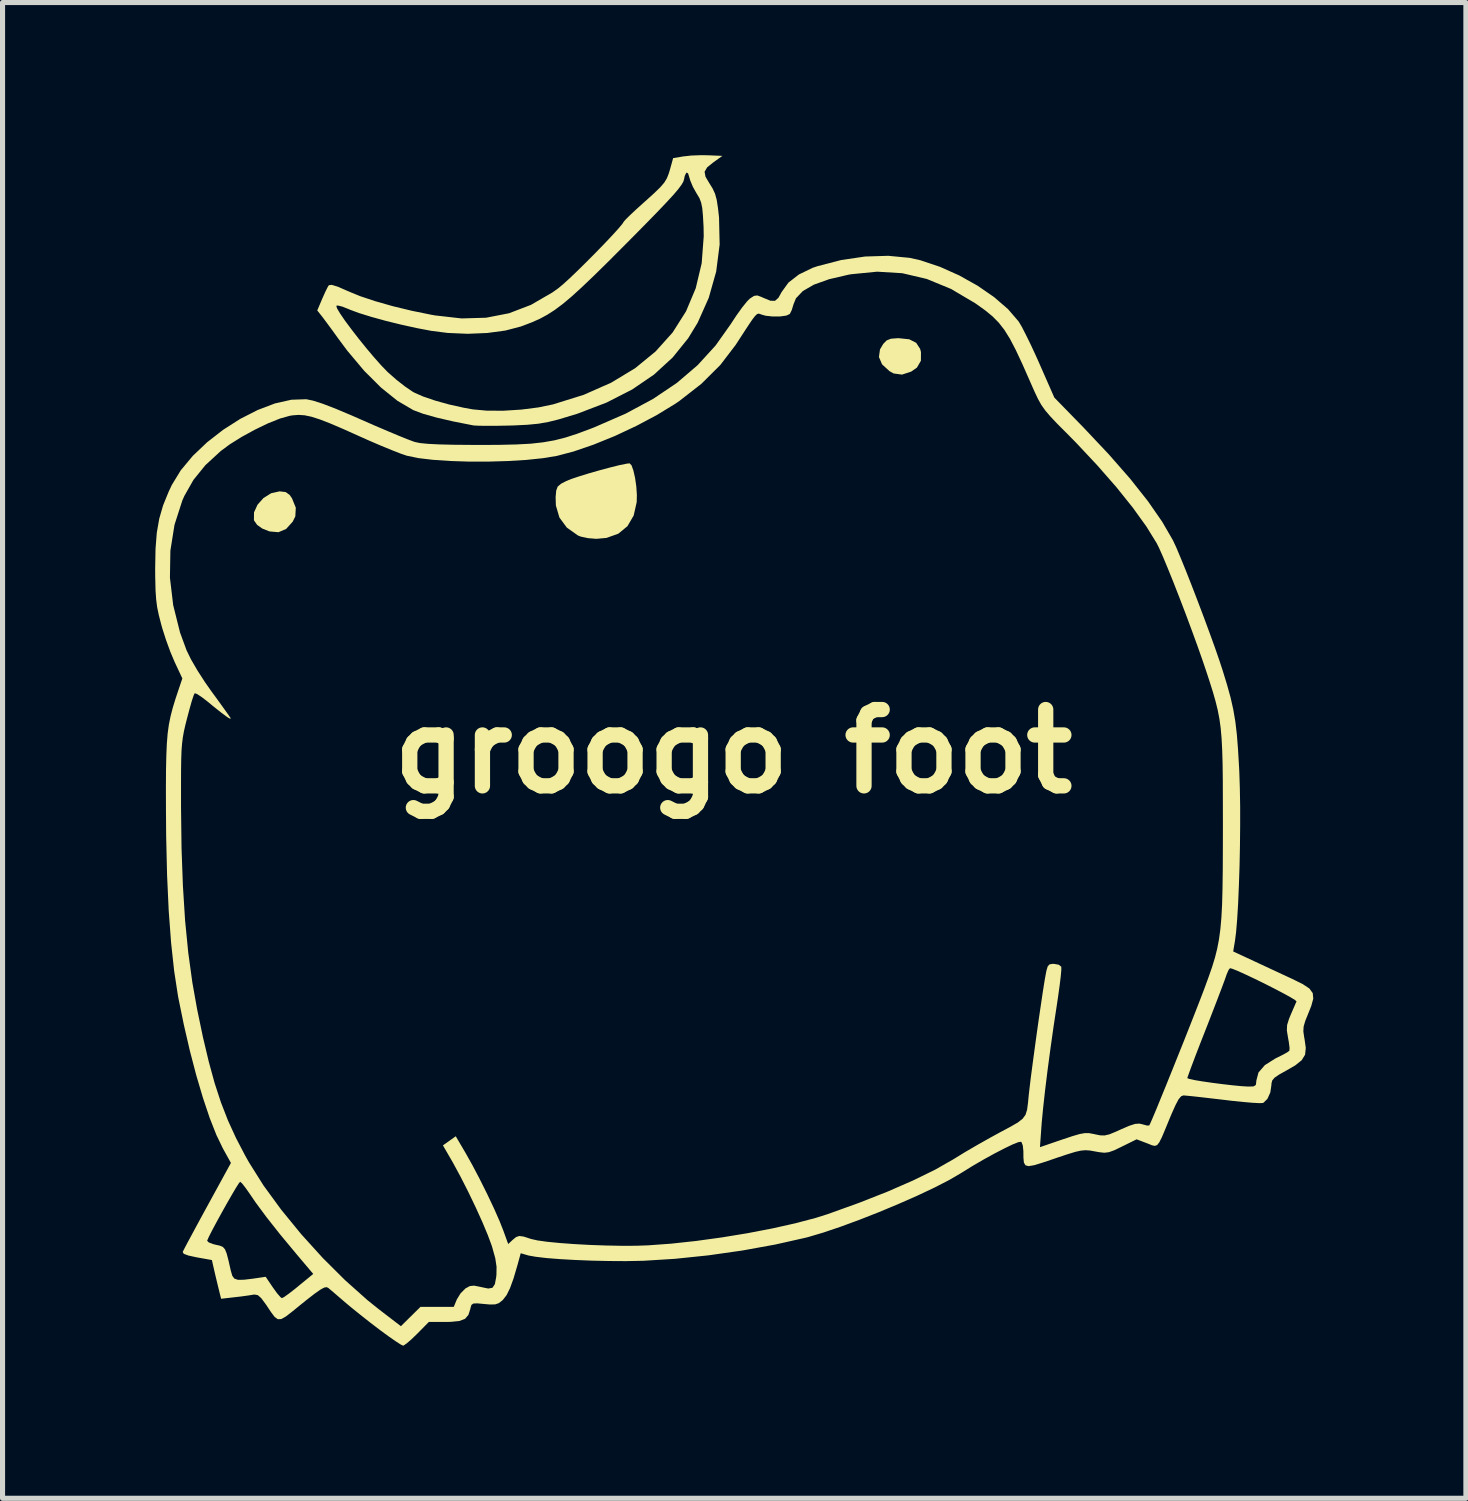
<source format=kicad_pcb>
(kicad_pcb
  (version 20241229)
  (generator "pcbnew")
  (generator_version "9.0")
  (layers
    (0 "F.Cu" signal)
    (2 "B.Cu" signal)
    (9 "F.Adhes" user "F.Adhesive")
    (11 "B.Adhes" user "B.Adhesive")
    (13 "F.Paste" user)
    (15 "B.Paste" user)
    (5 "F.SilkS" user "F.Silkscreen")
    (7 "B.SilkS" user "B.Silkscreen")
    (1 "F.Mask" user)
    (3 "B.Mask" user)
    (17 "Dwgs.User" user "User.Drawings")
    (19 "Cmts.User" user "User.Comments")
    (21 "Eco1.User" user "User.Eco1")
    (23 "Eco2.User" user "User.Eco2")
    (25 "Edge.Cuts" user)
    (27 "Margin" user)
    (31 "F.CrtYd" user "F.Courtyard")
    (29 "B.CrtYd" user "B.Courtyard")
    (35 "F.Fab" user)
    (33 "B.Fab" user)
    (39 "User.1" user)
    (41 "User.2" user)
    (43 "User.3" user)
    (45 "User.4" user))
  (footprint "groogo foot"
    (layer "F.Cu")
    (at 11.361 11.718)
    (property "Reference" "groogo foot" (at 0 0 0) (layer "F.SilkS") (effects (font (size 1.5 1.5) (thickness 0.3))))
    (attr board_only exclude_from_pos_files exclude_from_bom)
    (fp_poly (pts (xy 3.461 -8.099) (xy 3.597 -8.03) (xy 3.675 -7.91) (xy 3.691 -7.848) (xy 3.69 -7.677) (xy 3.612 -7.543) (xy 3.499 -7.464) (xy 3.319 -7.405) (xy 3.155 -7.427) (xy 3.073 -7.472) (xy 2.927 -7.606) (xy 2.865 -7.75) (xy 2.886 -7.901) (xy 2.95 -8.009) (xy 3.017 -8.077) (xy 3.099 -8.11) (xy 3.228 -8.12) (xy 3.259 -8.12)) (stroke (width 0) (type solid)) (fill yes) (layer "F.SilkS"))
    (fp_poly (pts (xy -8.795 -5.096) (xy -8.718 -5.04) (xy -8.671 -4.972) (xy -8.597 -4.789) (xy -8.606 -4.619) (xy -8.657 -4.515) (xy -8.787 -4.371) (xy -8.938 -4.307) (xy -9.115 -4.323) (xy -9.256 -4.379) (xy -9.357 -4.451) (xy -9.417 -4.537) (xy -9.42 -4.546) (xy -9.418 -4.698) (xy -9.349 -4.848) (xy -9.232 -4.979) (xy -9.082 -5.073) (xy -8.916 -5.11) (xy -8.911 -5.11)) (stroke (width 0) (type solid)) (fill yes) (layer "F.SilkS"))
    (fp_poly (pts (xy -1.998 -5.622) (xy -1.961 -5.519) (xy -1.928 -5.374) (xy -1.904 -5.207) (xy -1.893 -5.04) (xy -1.896 -4.9) (xy -1.956 -4.634) (xy -2.078 -4.426) (xy -2.257 -4.278) (xy -2.49 -4.195) (xy -2.689 -4.177) (xy -2.851 -4.19) (xy -2.997 -4.221) (xy -3.053 -4.244) (xy -3.27 -4.398) (xy -3.415 -4.595) (xy -3.485 -4.832) (xy -3.49 -4.996) (xy -3.478 -5.127) (xy -3.449 -5.204) (xy -3.383 -5.26) (xy -3.283 -5.312) (xy -3.18 -5.354) (xy -3.021 -5.407) (xy -2.826 -5.467) (xy -2.615 -5.527) (xy -2.409 -5.582) (xy -2.229 -5.627) (xy -2.094 -5.654) (xy -2.036 -5.661)) (stroke (width 0) (type solid)) (fill yes) (layer "F.SilkS"))
    (fp_poly (pts (xy -0.493 -11.716) (xy -0.212 -11.704) (xy -0.391 -11.576) (xy -0.512 -11.478) (xy -0.562 -11.392) (xy -0.544 -11.294) (xy -0.472 -11.173) (xy -0.404 -11.063) (xy -0.356 -10.959) (xy -0.323 -10.837) (xy -0.298 -10.674) (xy -0.278 -10.495) (xy -0.266 -9.962) (xy -0.334 -9.43) (xy -0.48 -8.914) (xy -0.698 -8.425) (xy -0.884 -8.12) (xy -1.189 -7.742) (xy -1.555 -7.406) (xy -1.986 -7.112) (xy -2.487 -6.856) (xy -3.059 -6.637) (xy -3.435 -6.523) (xy -3.633 -6.474) (xy -3.826 -6.44) (xy -4.043 -6.419) (xy -4.308 -6.406) (xy -4.41 -6.403) (xy -4.635 -6.399) (xy -4.837 -6.398) (xy -4.997 -6.4) (xy -5.096 -6.405) (xy -5.11 -6.407) (xy -5.505 -6.485) (xy -5.837 -6.562) (xy -6.098 -6.636) (xy -6.282 -6.705) (xy -6.289 -6.708) (xy -6.599 -6.89) (xy -6.922 -7.15) (xy -7.253 -7.48) (xy -7.585 -7.875) (xy -7.765 -8.117) (xy -7.878 -8.274) (xy -7.984 -8.418) (xy -8.064 -8.525) (xy -8.085 -8.552) (xy -8.175 -8.666) (xy -8.136 -8.758) (xy -7.801 -8.758) (xy -7.787 -8.708) (xy -7.727 -8.607) (xy -7.63 -8.465) (xy -7.505 -8.297) (xy -7.362 -8.112) (xy -7.211 -7.925) (xy -7.06 -7.746) (xy -6.92 -7.588) (xy -6.799 -7.463) (xy -6.772 -7.438) (xy -6.615 -7.3) (xy -6.451 -7.172) (xy -6.309 -7.075) (xy -6.27 -7.052) (xy -6.096 -6.975) (xy -5.861 -6.895) (xy -5.589 -6.819) (xy -5.302 -6.755) (xy -5.116 -6.721) (xy -4.84 -6.696) (xy -4.514 -6.695) (xy -4.166 -6.717) (xy -3.828 -6.76) (xy -3.539 -6.82) (xy -2.937 -7.008) (xy -2.4 -7.245) (xy -1.928 -7.53) (xy -1.525 -7.86) (xy -1.19 -8.233) (xy -0.927 -8.648) (xy -0.736 -9.102) (xy -0.619 -9.594) (xy -0.579 -10.122) (xy -0.582 -10.31) (xy -0.594 -10.527) (xy -0.608 -10.679) (xy -0.63 -10.787) (xy -0.663 -10.873) (xy -0.713 -10.957) (xy -0.717 -10.962) (xy -0.791 -11.094) (xy -0.844 -11.221) (xy -0.855 -11.259) (xy -0.886 -11.36) (xy -0.92 -11.376) (xy -0.952 -11.31) (xy -0.966 -11.242) (xy -0.981 -11.195) (xy -1.017 -11.134) (xy -1.078 -11.052) (xy -1.17 -10.943) (xy -1.299 -10.803) (xy -1.469 -10.624) (xy -1.686 -10.401) (xy -1.956 -10.127) (xy -2.127 -9.955) (xy -2.456 -9.625) (xy -2.735 -9.351) (xy -2.972 -9.125) (xy -3.174 -8.941) (xy -3.35 -8.793) (xy -3.508 -8.675) (xy -3.656 -8.58) (xy -3.803 -8.501) (xy -3.956 -8.433) (xy -4.123 -8.369) (xy -4.178 -8.349) (xy -4.477 -8.271) (xy -4.832 -8.223) (xy -5.218 -8.207) (xy -5.613 -8.224) (xy -5.934 -8.265) (xy -6.223 -8.32) (xy -6.53 -8.388) (xy -6.835 -8.463) (xy -7.117 -8.541) (xy -7.358 -8.616) (xy -7.538 -8.683) (xy -7.558 -8.692) (xy -7.681 -8.741) (xy -7.77 -8.763) (xy -7.801 -8.758) (xy -8.136 -8.758) (xy -8.079 -8.892) (xy -8.021 -9.023) (xy -7.971 -9.124) (xy -7.947 -9.162) (xy -7.89 -9.169) (xy -7.766 -9.131) (xy -7.579 -9.048) (xy -7.342 -8.95) (xy -7.039 -8.849) (xy -6.691 -8.75) (xy -6.315 -8.659) (xy -5.932 -8.581) (xy -5.857 -8.568) (xy -5.338 -8.509) (xy -4.857 -8.523) (xy -4.405 -8.611) (xy -3.974 -8.776) (xy -3.555 -9.019) (xy -3.435 -9.104) (xy -3.343 -9.181) (xy -3.212 -9.3) (xy -3.055 -9.45) (xy -2.882 -9.621) (xy -2.704 -9.8) (xy -2.534 -9.975) (xy -2.382 -10.136) (xy -2.259 -10.271) (xy -2.177 -10.369) (xy -2.149 -10.413) (xy -2.113 -10.454) (xy -2.026 -10.54) (xy -1.9 -10.658) (xy -1.748 -10.795) (xy -1.724 -10.816) (xy -1.553 -10.971) (xy -1.434 -11.086) (xy -1.355 -11.178) (xy -1.303 -11.263) (xy -1.267 -11.355) (xy -1.247 -11.42) (xy -1.18 -11.66) (xy -0.977 -11.694) (xy -0.821 -11.711) (xy -0.63 -11.718)) (stroke (width 0) (type solid)) (fill yes) (layer "F.SilkS"))
    (fp_poly (pts (xy 3.467 -9.7) (xy 3.681 -9.652) (xy 4.066 -9.523) (xy 4.446 -9.353) (xy 4.806 -9.151) (xy 5.13 -8.927) (xy 5.402 -8.692) (xy 5.606 -8.455) (xy 5.616 -8.441) (xy 5.674 -8.343) (xy 5.755 -8.185) (xy 5.853 -7.985) (xy 5.958 -7.758) (xy 6.023 -7.612) (xy 6.312 -6.954) (xy 6.89 -6.361) (xy 7.383 -5.838) (xy 7.804 -5.357) (xy 8.153 -4.916) (xy 8.433 -4.512) (xy 8.645 -4.146) (xy 8.648 -4.139) (xy 8.71 -4.006) (xy 8.794 -3.806) (xy 8.896 -3.556) (xy 9.009 -3.269) (xy 9.128 -2.96) (xy 9.248 -2.643) (xy 9.363 -2.332) (xy 9.468 -2.042) (xy 9.556 -1.788) (xy 9.621 -1.59) (xy 9.709 -1.303) (xy 9.778 -1.053) (xy 9.83 -0.821) (xy 9.87 -0.587) (xy 9.9 -0.333) (xy 9.923 -0.038) (xy 9.944 0.318) (xy 9.949 0.424) (xy 9.959 0.732) (xy 9.965 1.084) (xy 9.965 1.464) (xy 9.961 1.86) (xy 9.953 2.256) (xy 9.94 2.638) (xy 9.925 2.991) (xy 9.906 3.302) (xy 9.885 3.556) (xy 9.863 3.726) (xy 9.828 3.933) (xy 10.236 4.123) (xy 10.457 4.226) (xy 10.698 4.338) (xy 10.919 4.441) (xy 10.993 4.475) (xy 11.195 4.575) (xy 11.326 4.662) (xy 11.392 4.753) (xy 11.402 4.862) (xy 11.362 5.007) (xy 11.31 5.137) (xy 11.246 5.295) (xy 11.213 5.407) (xy 11.207 5.504) (xy 11.223 5.617) (xy 11.23 5.652) (xy 11.255 5.829) (xy 11.241 5.963) (xy 11.175 6.071) (xy 11.049 6.172) (xy 10.887 6.266) (xy 10.733 6.352) (xy 10.641 6.415) (xy 10.595 6.47) (xy 10.58 6.531) (xy 10.58 6.553) (xy 10.558 6.704) (xy 10.501 6.831) (xy 10.423 6.907) (xy 10.409 6.912) (xy 10.344 6.915) (xy 10.211 6.908) (xy 10.025 6.892) (xy 9.802 6.869) (xy 9.634 6.849) (xy 9.394 6.821) (xy 9.179 6.796) (xy 9.005 6.777) (xy 8.888 6.766) (xy 8.85 6.763) (xy 8.805 6.78) (xy 8.755 6.839) (xy 8.695 6.952) (xy 8.616 7.129) (xy 8.587 7.198) (xy 8.494 7.424) (xy 8.427 7.583) (xy 8.376 7.685) (xy 8.333 7.739) (xy 8.289 7.755) (xy 8.234 7.744) (xy 8.161 7.714) (xy 8.13 7.702) (xy 7.93 7.626) (xy 7.642 7.768) (xy 7.491 7.841) (xy 7.385 7.879) (xy 7.295 7.89) (xy 7.188 7.878) (xy 7.112 7.864) (xy 7.011 7.846) (xy 6.925 7.84) (xy 6.835 7.848) (xy 6.723 7.873) (xy 6.57 7.92) (xy 6.359 7.99) (xy 6.311 8.007) (xy 6.079 8.085) (xy 5.915 8.135) (xy 5.807 8.153) (xy 5.745 8.137) (xy 5.714 8.082) (xy 5.705 7.987) (xy 5.704 7.858) (xy 5.693 7.748) (xy 5.666 7.68) (xy 5.66 7.674) (xy 5.605 7.682) (xy 5.49 7.728) (xy 5.33 7.805) (xy 5.137 7.905) (xy 4.924 8.022) (xy 4.704 8.15) (xy 4.491 8.282) (xy 4.462 8.3) (xy 4.242 8.428) (xy 3.956 8.575) (xy 3.621 8.733) (xy 3.253 8.895) (xy 2.868 9.056) (xy 2.481 9.208) (xy 2.109 9.345) (xy 1.768 9.46) (xy 1.474 9.547) (xy 1.428 9.559) (xy 0.828 9.694) (xy 0.178 9.812) (xy -0.49 9.907) (xy -1.146 9.975) (xy -1.759 10.013) (xy -1.802 10.014) (xy -2.108 10.02) (xy -2.435 10.018) (xy -2.77 10.011) (xy -3.097 9.998) (xy -3.401 9.981) (xy -3.667 9.96) (xy -3.88 9.935) (xy -4.026 9.909) (xy -4.039 9.905) (xy -4.176 9.865) (xy -4.242 10.106) (xy -4.318 10.364) (xy -4.387 10.553) (xy -4.453 10.687) (xy -4.524 10.779) (xy -4.537 10.792) (xy -4.606 10.846) (xy -4.68 10.871) (xy -4.79 10.872) (xy -4.891 10.863) (xy -5.031 10.85) (xy -5.108 10.854) (xy -5.145 10.881) (xy -5.163 10.941) (xy -5.166 10.958) (xy -5.204 11.077) (xy -5.27 11.154) (xy -5.381 11.197) (xy -5.553 11.214) (xy -5.655 11.216) (xy -5.982 11.216) (xy -6.212 11.449) (xy -6.327 11.56) (xy -6.423 11.642) (xy -6.482 11.681) (xy -6.487 11.682) (xy -6.537 11.658) (xy -6.639 11.592) (xy -6.778 11.495) (xy -6.934 11.381) (xy -7.129 11.232) (xy -7.332 11.072) (xy -7.515 10.924) (xy -7.612 10.843) (xy -7.747 10.727) (xy -7.863 10.627) (xy -7.942 10.561) (xy -7.955 10.549) (xy -7.99 10.532) (xy -8.039 10.54) (xy -8.111 10.579) (xy -8.22 10.655) (xy -8.376 10.776) (xy -8.478 10.858) (xy -8.661 11.007) (xy -8.79 11.107) (xy -8.882 11.159) (xy -8.95 11.162) (xy -9.012 11.118) (xy -9.082 11.025) (xy -9.176 10.884) (xy -9.19 10.864) (xy -9.277 10.747) (xy -9.343 10.689) (xy -9.408 10.677) (xy -9.435 10.68) (xy -9.534 10.696) (xy -9.681 10.716) (xy -9.803 10.73) (xy -10.065 10.76) (xy -10.106 10.596) (xy -10.141 10.452) (xy -10.182 10.281) (xy -10.197 10.215) (xy -10.246 9.999) (xy -10.543 9.946) (xy -10.709 9.91) (xy -10.799 9.876) (xy -10.82 9.84) (xy -10.819 9.837) (xy -10.793 9.786) (xy -10.733 9.671) (xy -10.706 9.621) (xy -10.339 9.621) (xy -10.307 9.653) (xy -10.216 9.687) (xy -10.167 9.699) (xy -10.087 9.717) (xy -10.03 9.742) (xy -9.989 9.788) (xy -9.955 9.872) (xy -9.92 10.007) (xy -9.874 10.209) (xy -9.871 10.219) (xy -9.845 10.309) (xy -9.805 10.363) (xy -9.734 10.388) (xy -9.615 10.386) (xy -9.432 10.364) (xy -9.386 10.357) (xy -9.189 10.328) (xy -9.047 10.538) (xy -8.966 10.65) (xy -8.9 10.726) (xy -8.87 10.748) (xy -8.824 10.724) (xy -8.729 10.656) (xy -8.604 10.559) (xy -8.545 10.51) (xy -8.254 10.272) (xy -8.581 9.885) (xy -8.905 9.495) (xy -9.172 9.157) (xy -9.388 8.865) (xy -9.498 8.703) (xy -9.583 8.582) (xy -9.652 8.494) (xy -9.69 8.46) (xy -9.691 8.46) (xy -9.719 8.494) (xy -9.779 8.589) (xy -9.86 8.727) (xy -9.956 8.894) (xy -10.056 9.073) (xy -10.153 9.25) (xy -10.238 9.409) (xy -10.302 9.534) (xy -10.336 9.61) (xy -10.339 9.621) (xy -10.706 9.621) (xy -10.643 9.504) (xy -10.532 9.298) (xy -10.404 9.062) (xy -10.335 8.936) (xy -9.872 8.09) (xy -10.03 7.805) (xy -10.157 7.542) (xy -10.289 7.207) (xy -10.422 6.811) (xy -10.554 6.365) (xy -10.68 5.882) (xy -10.798 5.372) (xy -10.905 4.848) (xy -10.915 4.792) (xy -10.988 4.316) (xy -11.048 3.762) (xy -11.095 3.133) (xy -11.127 2.433) (xy -11.145 1.668) (xy -11.149 1.145) (xy -11.15 0.725) (xy -11.148 0.378) (xy -11.142 0.092) (xy -11.132 -0.146) (xy -11.116 -0.347) (xy -11.092 -0.523) (xy -11.059 -0.687) (xy -11.017 -0.85) (xy -10.964 -1.025) (xy -10.898 -1.223) (xy -10.896 -1.228) (xy -10.827 -1.433) (xy -10.979 -1.758) (xy -11.061 -1.952) (xy -11.147 -2.187) (xy -11.223 -2.424) (xy -11.245 -2.505) (xy -11.29 -2.68) (xy -11.322 -2.834) (xy -11.342 -2.989) (xy -11.354 -3.167) (xy -11.359 -3.391) (xy -11.36 -3.414) (xy -11.071 -3.414) (xy -11.007 -2.874) (xy -10.872 -2.335) (xy -10.744 -1.986) (xy -10.658 -1.81) (xy -10.533 -1.594) (xy -10.383 -1.361) (xy -10.263 -1.19) (xy -10.133 -1.012) (xy -10.02 -0.855) (xy -9.934 -0.735) (xy -9.885 -0.664) (xy -9.879 -0.655) (xy -9.882 -0.637) (xy -9.944 -0.673) (xy -10.061 -0.76) (xy -10.23 -0.894) (xy -10.322 -0.971) (xy -10.44 -1.062) (xy -10.533 -1.124) (xy -10.582 -1.143) (xy -10.584 -1.142) (xy -10.606 -1.096) (xy -10.643 -0.984) (xy -10.688 -0.824) (xy -10.735 -0.646) (xy -10.77 -0.508) (xy -10.797 -0.388) (xy -10.817 -0.275) (xy -10.832 -0.156) (xy -10.843 -0.018) (xy -10.849 0.15) (xy -10.852 0.363) (xy -10.853 0.631) (xy -10.853 0.968) (xy -10.853 1.081) (xy -10.843 1.898) (xy -10.816 2.642) (xy -10.773 3.324) (xy -10.711 3.955) (xy -10.63 4.545) (xy -10.537 5.067) (xy -10.422 5.618) (xy -10.308 6.098) (xy -10.192 6.522) (xy -10.067 6.904) (xy -9.929 7.258) (xy -9.773 7.599) (xy -9.595 7.94) (xy -9.517 8.079) (xy -9.231 8.534) (xy -8.884 9.009) (xy -8.491 9.49) (xy -8.067 9.958) (xy -7.627 10.396) (xy -7.186 10.789) (xy -6.955 10.974) (xy -6.531 11.299) (xy -6.339 11.109) (xy -6.146 10.919) (xy -5.819 10.919) (xy -5.492 10.919) (xy -5.432 10.774) (xy -5.358 10.653) (xy -5.263 10.558) (xy -5.257 10.554) (xy -5.175 10.51) (xy -5.092 10.502) (xy -4.971 10.526) (xy -4.95 10.531) (xy -4.814 10.559) (xy -4.731 10.544) (xy -4.684 10.473) (xy -4.658 10.334) (xy -4.653 10.283) (xy -4.651 10.131) (xy -4.676 9.963) (xy -4.735 9.752) (xy -4.748 9.71) (xy -4.823 9.508) (xy -4.93 9.252) (xy -5.061 8.963) (xy -5.206 8.661) (xy -5.356 8.366) (xy -5.501 8.098) (xy -5.553 8.007) (xy -5.705 7.745) (xy -5.579 7.656) (xy -5.453 7.566) (xy -5.259 7.896) (xy -5.125 8.135) (xy -4.98 8.411) (xy -4.835 8.702) (xy -4.701 8.985) (xy -4.59 9.237) (xy -4.517 9.422) (xy -4.422 9.684) (xy -4.334 9.602) (xy -4.267 9.547) (xy -4.204 9.526) (xy -4.117 9.538) (xy -3.981 9.582) (xy -3.971 9.585) (xy -3.848 9.613) (xy -3.656 9.64) (xy -3.41 9.664) (xy -3.125 9.685) (xy -2.816 9.702) (xy -2.5 9.713) (xy -2.191 9.719) (xy -1.904 9.718) (xy -1.675 9.71) (xy -1.22 9.677) (xy -0.73 9.624) (xy -0.222 9.554) (xy 0.284 9.471) (xy 0.772 9.377) (xy 1.224 9.276) (xy 1.621 9.171) (xy 1.862 9.095) (xy 2.478 8.873) (xy 3.039 8.652) (xy 3.54 8.433) (xy 3.971 8.222) (xy 4.327 8.019) (xy 4.358 8) (xy 4.558 7.877) (xy 4.802 7.735) (xy 5.054 7.593) (xy 5.248 7.487) (xy 5.452 7.378) (xy 5.596 7.295) (xy 5.689 7.222) (xy 5.746 7.144) (xy 5.777 7.045) (xy 5.795 6.908) (xy 5.809 6.763) (xy 5.825 6.622) (xy 5.85 6.414) (xy 5.884 6.156) (xy 5.923 5.866) (xy 5.965 5.56) (xy 6.008 5.256) (xy 6.05 4.971) (xy 6.087 4.722) (xy 6.118 4.526) (xy 6.129 4.461) (xy 6.157 4.311) (xy 6.183 4.226) (xy 6.219 4.187) (xy 6.275 4.177) (xy 6.303 4.177) (xy 6.399 4.194) (xy 6.449 4.233) (xy 6.45 4.293) (xy 6.439 4.42) (xy 6.417 4.6) (xy 6.387 4.817) (xy 6.365 4.965) (xy 6.299 5.399) (xy 6.237 5.837) (xy 6.18 6.263) (xy 6.131 6.661) (xy 6.092 7.013) (xy 6.064 7.304) (xy 6.058 7.388) (xy 6.03 7.78) (xy 6.471 7.629) (xy 6.67 7.563) (xy 6.81 7.522) (xy 6.912 7.504) (xy 6.998 7.505) (xy 7.089 7.522) (xy 7.11 7.527) (xy 7.214 7.548) (xy 7.3 7.55) (xy 7.395 7.528) (xy 7.524 7.475) (xy 7.618 7.432) (xy 7.785 7.36) (xy 7.9 7.323) (xy 7.983 7.317) (xy 8.045 7.331) (xy 8.133 7.355) (xy 8.178 7.354) (xy 8.201 7.307) (xy 8.251 7.192) (xy 8.323 7.02) (xy 8.412 6.802) (xy 8.516 6.548) (xy 8.566 6.423) (xy 8.926 6.423) (xy 8.965 6.439) (xy 9.071 6.462) (xy 9.227 6.488) (xy 9.414 6.515) (xy 9.615 6.541) (xy 9.814 6.564) (xy 9.991 6.581) (xy 10.124 6.589) (xy 10.228 6.586) (xy 10.273 6.558) (xy 10.283 6.485) (xy 10.283 6.472) (xy 10.325 6.313) (xy 10.45 6.168) (xy 10.657 6.037) (xy 10.684 6.024) (xy 10.81 5.961) (xy 10.901 5.909) (xy 10.933 5.883) (xy 10.936 5.827) (xy 10.922 5.717) (xy 10.906 5.629) (xy 10.883 5.488) (xy 10.888 5.378) (xy 10.926 5.257) (xy 10.956 5.184) (xy 11.012 5.054) (xy 11.056 4.953) (xy 11.073 4.915) (xy 11.042 4.887) (xy 10.949 4.83) (xy 10.808 4.753) (xy 10.636 4.663) (xy 10.447 4.567) (xy 10.255 4.473) (xy 10.075 4.388) (xy 9.924 4.319) (xy 9.814 4.275) (xy 9.766 4.262) (xy 9.737 4.298) (xy 9.698 4.388) (xy 9.687 4.421) (xy 9.657 4.506) (xy 9.601 4.656) (xy 9.524 4.858) (xy 9.432 5.097) (xy 9.33 5.36) (xy 9.281 5.485) (xy 9.179 5.745) (xy 9.089 5.978) (xy 9.015 6.174) (xy 8.961 6.321) (xy 8.931 6.406) (xy 8.926 6.423) (xy 8.566 6.423) (xy 8.628 6.27) (xy 8.745 5.978) (xy 8.863 5.684) (xy 8.976 5.398) (xy 9.081 5.131) (xy 9.173 4.895) (xy 9.248 4.699) (xy 9.269 4.643) (xy 9.348 4.427) (xy 9.415 4.234) (xy 9.47 4.054) (xy 9.514 3.878) (xy 9.549 3.695) (xy 9.576 3.496) (xy 9.596 3.27) (xy 9.61 3.009) (xy 9.618 2.701) (xy 9.623 2.337) (xy 9.625 1.907) (xy 9.626 1.442) (xy 9.625 0.975) (xy 9.624 0.582) (xy 9.62 0.253) (xy 9.612 -0.023) (xy 9.6 -0.257) (xy 9.582 -0.459) (xy 9.557 -0.64) (xy 9.524 -0.811) (xy 9.482 -0.982) (xy 9.43 -1.164) (xy 9.366 -1.368) (xy 9.309 -1.542) (xy 9.225 -1.791) (xy 9.124 -2.077) (xy 9.011 -2.387) (xy 8.892 -2.707) (xy 8.77 -3.025) (xy 8.652 -3.327) (xy 8.542 -3.599) (xy 8.446 -3.829) (xy 8.369 -4.002) (xy 8.324 -4.092) (xy 8.12 -4.422) (xy 7.854 -4.791) (xy 7.531 -5.194) (xy 7.158 -5.62) (xy 6.743 -6.063) (xy 6.552 -6.257) (xy 6.369 -6.44) (xy 6.235 -6.582) (xy 6.135 -6.699) (xy 6.057 -6.809) (xy 5.989 -6.931) (xy 5.918 -7.082) (xy 5.833 -7.275) (xy 5.683 -7.615) (xy 5.555 -7.888) (xy 5.441 -8.107) (xy 5.332 -8.282) (xy 5.22 -8.426) (xy 5.096 -8.551) (xy 4.952 -8.669) (xy 4.78 -8.792) (xy 4.754 -8.81) (xy 4.281 -9.089) (xy 3.805 -9.285) (xy 3.323 -9.398) (xy 2.83 -9.428) (xy 2.322 -9.378) (xy 2.268 -9.369) (xy 1.886 -9.28) (xy 1.587 -9.173) (xy 1.37 -9.048) (xy 1.234 -8.905) (xy 1.186 -8.787) (xy 1.152 -8.675) (xy 1.114 -8.598) (xy 1.114 -8.597) (xy 1.045 -8.565) (xy 0.923 -8.548) (xy 0.777 -8.547) (xy 0.638 -8.562) (xy 0.563 -8.583) (xy 0.526 -8.597) (xy 0.497 -8.604) (xy 0.468 -8.593) (xy 0.429 -8.556) (xy 0.374 -8.484) (xy 0.295 -8.367) (xy 0.184 -8.197) (xy 0.047 -7.986) (xy -0.252 -7.595) (xy -0.624 -7.225) (xy -1.058 -6.886) (xy -1.142 -6.829) (xy -1.504 -6.608) (xy -1.906 -6.395) (xy -2.326 -6.198) (xy -2.745 -6.028) (xy -3.139 -5.893) (xy -3.466 -5.807) (xy -3.74 -5.762) (xy -4.067 -5.728) (xy -4.431 -5.706) (xy -4.813 -5.695) (xy -5.197 -5.695) (xy -5.566 -5.707) (xy -5.902 -5.73) (xy -6.19 -5.764) (xy -6.411 -5.81) (xy -6.419 -5.812) (xy -6.538 -5.853) (xy -6.714 -5.922) (xy -6.931 -6.011) (xy -7.17 -6.114) (xy -7.351 -6.195) (xy -7.67 -6.338) (xy -7.925 -6.447) (xy -8.127 -6.525) (xy -8.289 -6.577) (xy -8.423 -6.605) (xy -8.54 -6.613) (xy -8.652 -6.605) (xy -8.716 -6.595) (xy -8.906 -6.542) (xy -9.141 -6.448) (xy -9.398 -6.324) (xy -9.656 -6.183) (xy -9.892 -6.036) (xy -10.068 -5.906) (xy -10.374 -5.625) (xy -10.609 -5.335) (xy -10.788 -5.019) (xy -10.827 -4.931) (xy -10.981 -4.453) (xy -11.062 -3.944) (xy -11.071 -3.414) (xy -11.36 -3.414) (xy -11.361 -3.604) (xy -11.354 -3.981) (xy -11.329 -4.297) (xy -11.281 -4.573) (xy -11.206 -4.833) (xy -11.098 -5.099) (xy -11.033 -5.237) (xy -10.857 -5.525) (xy -10.622 -5.807) (xy -10.34 -6.075) (xy -10.025 -6.32) (xy -9.688 -6.535) (xy -9.344 -6.71) (xy -9.005 -6.839) (xy -8.684 -6.911) (xy -8.394 -6.921) (xy -8.386 -6.92) (xy -8.257 -6.893) (xy -8.07 -6.833) (xy -7.822 -6.738) (xy -7.506 -6.605) (xy -7.303 -6.516) (xy -7.041 -6.401) (xy -6.792 -6.295) (xy -6.573 -6.203) (xy -6.397 -6.132) (xy -6.279 -6.088) (xy -6.254 -6.08) (xy -6.153 -6.059) (xy -5.998 -6.044) (xy -5.781 -6.033) (xy -5.497 -6.026) (xy -5.137 -6.023) (xy -5.004 -6.022) (xy -4.599 -6.024) (xy -4.263 -6.032) (xy -3.98 -6.047) (xy -3.736 -6.074) (xy -3.513 -6.113) (xy -3.297 -6.168) (xy -3.073 -6.24) (xy -2.823 -6.333) (xy -2.735 -6.367) (xy -2.117 -6.636) (xy -1.576 -6.926) (xy -1.105 -7.243) (xy -0.697 -7.592) (xy -0.345 -7.978) (xy -0.051 -8.393) (xy 0.065 -8.569) (xy 0.177 -8.725) (xy 0.272 -8.843) (xy 0.328 -8.899) (xy 0.409 -8.952) (xy 0.474 -8.961) (xy 0.563 -8.928) (xy 0.595 -8.913) (xy 0.732 -8.857) (xy 0.822 -8.855) (xy 0.89 -8.915) (xy 0.953 -9.029) (xy 1.086 -9.213) (xy 1.292 -9.373) (xy 1.56 -9.503) (xy 1.654 -9.535) (xy 2.124 -9.657) (xy 2.594 -9.726) (xy 3.048 -9.74)) (stroke (width 0) (type solid)) (fill yes) (layer "F.SilkS")))
  (gr_rect
    (start -3 -3)
    (end 25.763 26.4)
    (stroke (width 0.1) (type default))
    (fill no)
    (layer "Edge.Cuts")))
</source>
